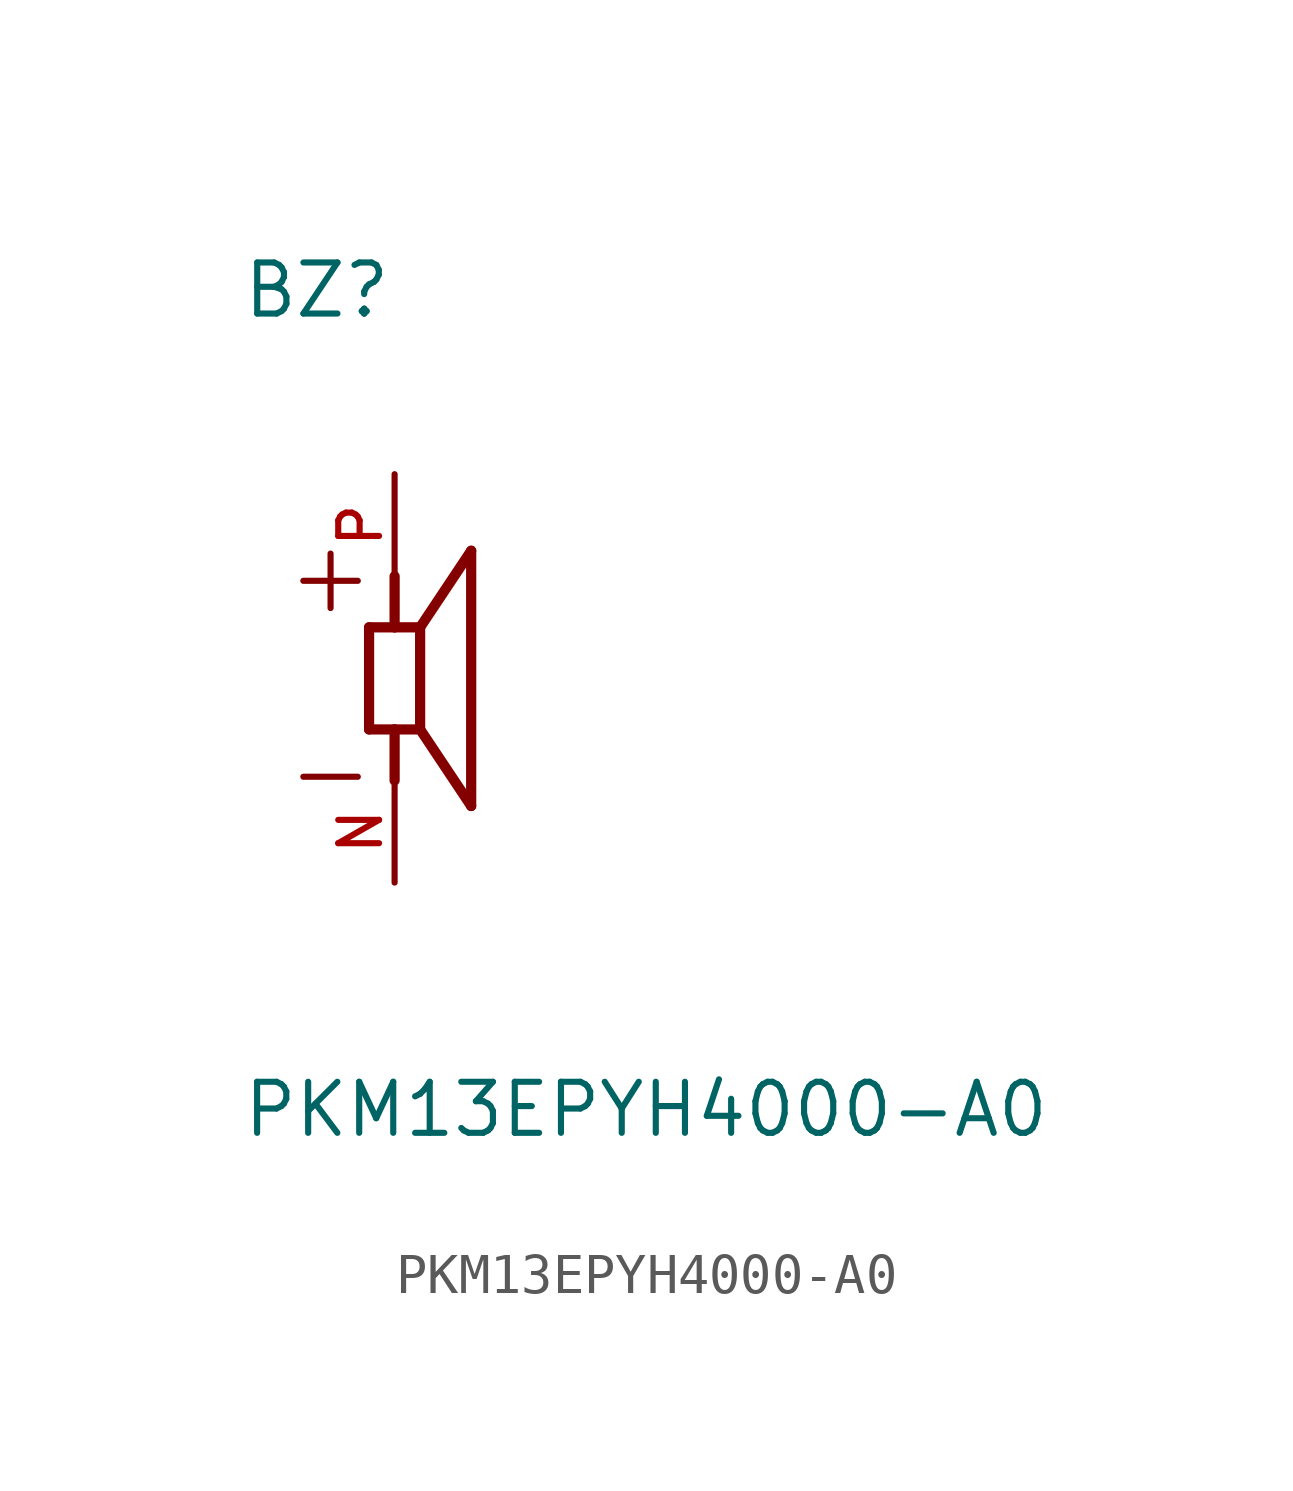
<source format=kicad_sym>
(kicad_symbol_lib
  (version 20241209)
  (generator "kicad_symbol_editor")
  (generator_version "9.0")
  (symbol "PKM13EPYH4000-A0"
    (pin_names
      (offset 1.016))
    (property "Reference" "BZ"
      (at -3.82 8.913 0)
      (effects (font (size 1.27 1.27)) (justify left bottom)))
    (property "Value" "PKM13EPYH4000-A0"
      (at -3.823 -11.469 0)
      (effects (font (size 1.27 1.27)) (justify left bottom)))
    (symbol "PKM13EPYH4000-A0_0_0"
      (polyline (pts (xy -0.635 1.27) (xy 0 1.27)) (stroke (width 0.254) (type default)) (fill (type none)))
      (polyline (pts (xy -0.635 -1.27) (xy -0.635 1.27)) (stroke (width 0.254) (type default)) (fill (type none)))
      (polyline (pts (xy 0 1.27) (xy 0 2.54)) (stroke (width 0.254) (type default)) (fill (type none)))
      (polyline (pts (xy 0 1.27) (xy 0.635 1.27)) (stroke (width 0.254) (type default)) (fill (type none)))
      (polyline (pts (xy 0 -1.27) (xy -0.635 -1.27)) (stroke (width 0.254) (type default)) (fill (type none)))
      (polyline (pts (xy 0 -1.27) (xy 0 -2.54)) (stroke (width 0.254) (type default)) (fill (type none)))
      (polyline (pts (xy 0.635 1.27) (xy 0.635 -1.27)) (stroke (width 0.254) (type default)) (fill (type none)))
      (polyline (pts (xy 0.635 1.27) (xy 1.905 3.175)) (stroke (width 0.254) (type default)) (fill (type none)))
      (polyline (pts (xy 0.635 -1.27) (xy 0 -1.27)) (stroke (width 0.254) (type default)) (fill (type none)))
      (polyline (pts (xy 1.905 3.175) (xy 1.905 -3.175)) (stroke (width 0.254) (type default)) (fill (type none)))
      (polyline (pts (xy 1.905 -3.175) (xy 0.635 -1.27)) (stroke (width 0.254) (type default)) (fill (type none)))
      (text "+" (at -2.794 1.524 0) (effects (font (size 1.778 1.778)) (justify left bottom)))
      (text "-" (at -2.794 -1.27 0) (effects (font (size 1.778 1.778)) (justify left top)))
      (pin passive line (at 0 5.08 270) (length 2.54) (name "~" (effects (font (size 1.016 1.016)))) (number "P" (effects (font (size 1.016 1.016)))))
      (pin passive line (at 0 -5.08 90) (length 2.54) (name "~" (effects (font (size 1.016 1.016)))) (number "N" (effects (font (size 1.016 1.016))))))))
</source>
